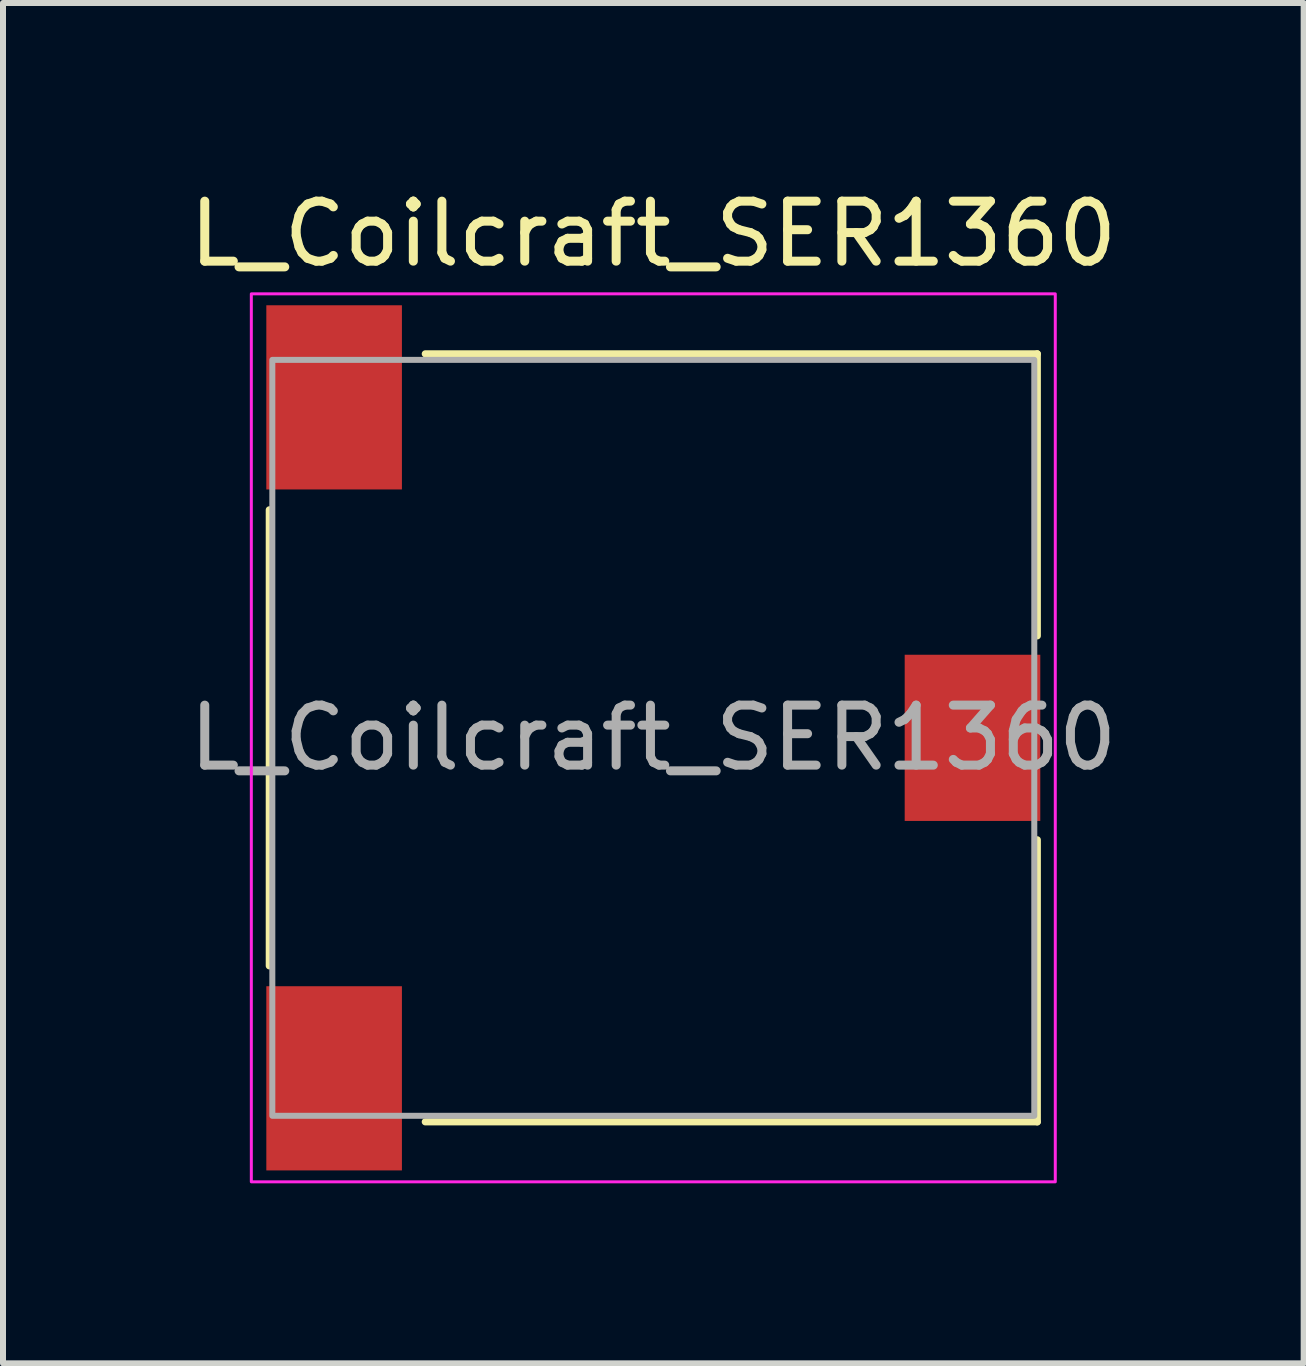
<source format=kicad_pcb>
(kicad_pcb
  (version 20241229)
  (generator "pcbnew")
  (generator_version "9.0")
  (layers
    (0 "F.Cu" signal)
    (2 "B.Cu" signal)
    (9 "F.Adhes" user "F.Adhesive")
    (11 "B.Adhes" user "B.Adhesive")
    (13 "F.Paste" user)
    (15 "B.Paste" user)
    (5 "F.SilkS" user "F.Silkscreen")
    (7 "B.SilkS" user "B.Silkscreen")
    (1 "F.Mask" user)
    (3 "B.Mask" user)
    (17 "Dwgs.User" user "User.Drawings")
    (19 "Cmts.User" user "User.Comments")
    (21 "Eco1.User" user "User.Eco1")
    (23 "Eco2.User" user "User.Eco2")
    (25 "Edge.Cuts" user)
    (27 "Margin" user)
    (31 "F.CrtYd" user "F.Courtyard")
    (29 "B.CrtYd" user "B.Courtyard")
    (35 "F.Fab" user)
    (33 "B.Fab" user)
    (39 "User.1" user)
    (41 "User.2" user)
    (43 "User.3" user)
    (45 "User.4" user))
  (footprint "L_Coilcraft_SER1360"
    (layer "F.Cu")
    (at 7.839 9.248)
    (property "Reference" "L_Coilcraft_SER1360" (at 0 -8.4 0) (unlocked yes) (layer "F.SilkS") (effects (font (size 1 1) (thickness 0.15))))
    (attr smd)
    (fp_line (start -6.4 3.8) (end -6.4 -3.8) (stroke (width 0.12) (type default)) (layer "F.SilkS"))
    (fp_line (start -3.8 -6.4) (end 6.4 -6.4) (stroke (width 0.12) (type default)) (layer "F.SilkS"))
    (fp_line (start 6.4 -6.4) (end 6.4 -1.7) (stroke (width 0.12) (type default)) (layer "F.SilkS"))
    (fp_line (start 6.4 1.7) (end 6.4 6.4) (stroke (width 0.12) (type default)) (layer "F.SilkS"))
    (fp_line (start 6.4 6.4) (end -3.8 6.4) (stroke (width 0.12) (type default)) (layer "F.SilkS"))
    (fp_rect (start -6.7 -7.4) (end 6.7 7.4) (stroke (width 0.05) (type default)) (fill no) (layer "F.CrtYd"))
    (fp_rect (start -6.35 -6.3) (end 6.35 6.3) (stroke (width 0.1) (type default)) (fill no) (layer "F.Fab"))
    (fp_text user "${REFERENCE}" (at 0 0 0) (unlocked yes) (layer "F.Fab") (effects (font (size 1 1) (thickness 0.15))))
    (pad "1" smd rect (at -5.32 -5.675) (size 2.26 3.07) (layers "F.Cu" "F.Mask" "F.Paste"))
    (pad "2" smd rect (at -5.32 5.675) (size 2.26 3.07) (layers "F.Cu" "F.Mask" "F.Paste"))
    (pad "3" smd rect (at 5.32 0) (size 2.26 2.77) (layers "F.Cu" "F.Mask" "F.Paste")))
  (gr_rect
    (start -3 -3)
    (end 18.679 19.673)
    (stroke (width 0.1) (type default))
    (fill no)
    (layer "Edge.Cuts")))
</source>
